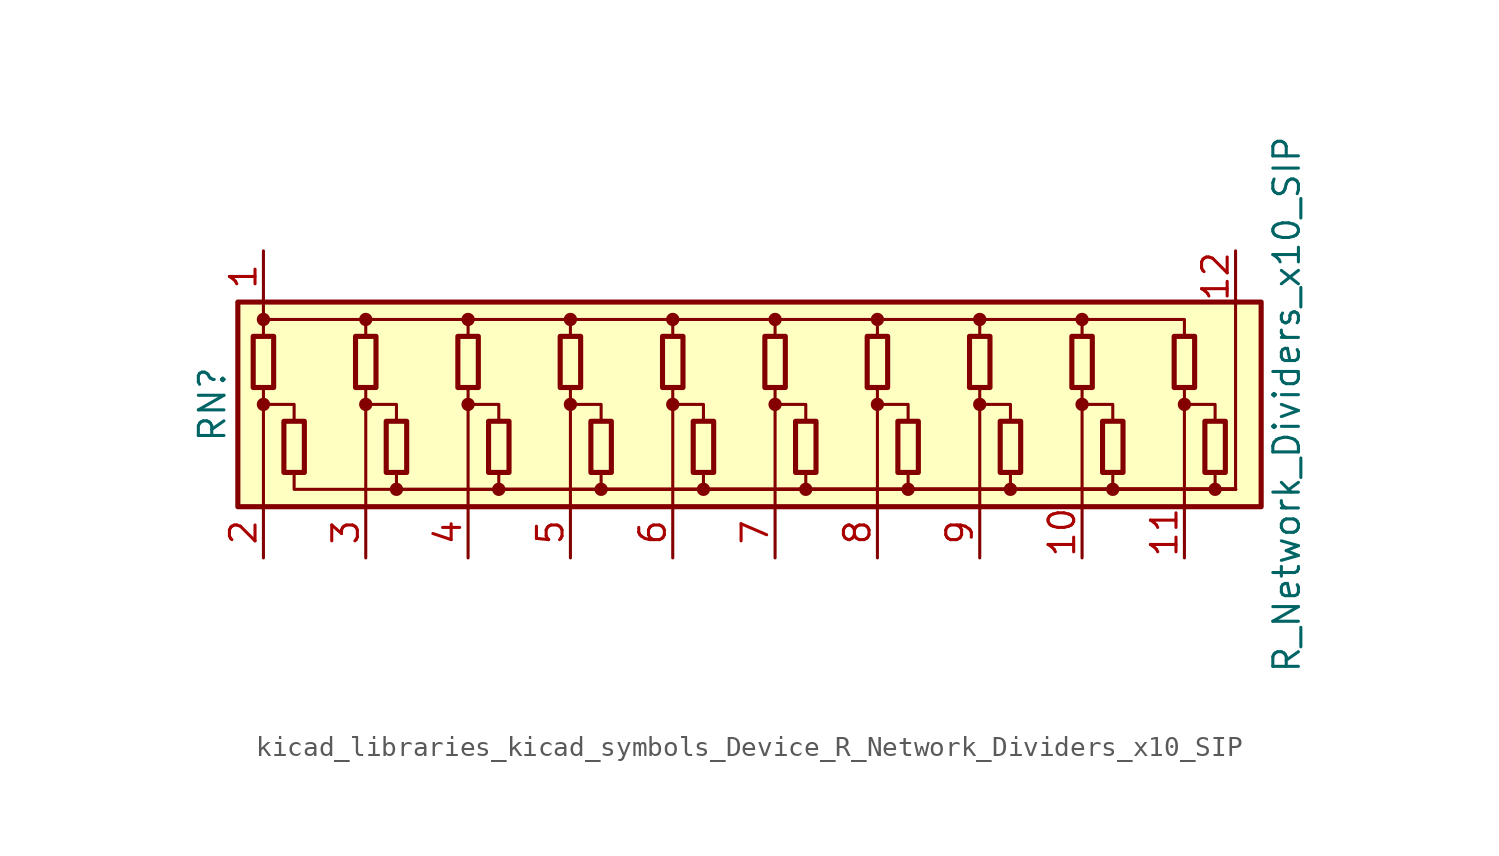
<source format=kicad_sym>
(kicad_symbol_lib
  (version 20220914)
  (generator kicad_symbol_editor)
  (symbol "kicad_libraries_kicad_symbols_Device_R_Network_Dividers_x10_SIP"
    (pin_names
      (offset 0) hide)
    (property "Reference" "RN"
      (at -27.94 0 90)
      (effects (font (size 1.27 1.27))))
    (property "Value" "R_Network_Dividers_x10_SIP"
      (at 25.4 0 90)
      (effects (font (size 1.27 1.27))))
    (symbol "kicad_libraries_kicad_symbols_Device_R_Network_Dividers_x10_SIP_0_1"
      (rectangle (start -26.67 -5.08) (end 24.13 5.08) (stroke (width 0.254) (type default)) (fill (type background)))
      (rectangle (start -25.908 3.378) (end -24.892 0.838) (stroke (width 0.254) (type default)) (fill (type none)))
      (circle (center -25.4 0) (radius 0.254) (stroke (width 0) (type default)) (fill (type outline)))
      (circle (center -25.4 4.216) (radius 0.254) (stroke (width 0) (type default)) (fill (type outline)))
      (rectangle (start -24.384 -3.378) (end -23.368 -0.838) (stroke (width 0.254) (type default)) (fill (type none)))
      (rectangle (start -20.828 3.378) (end -19.812 0.838) (stroke (width 0.254) (type default)) (fill (type none)))
      (circle (center -20.32 0) (radius 0.254) (stroke (width 0) (type default)) (fill (type outline)))
      (circle (center -20.32 4.216) (radius 0.254) (stroke (width 0) (type default)) (fill (type outline)))
      (rectangle (start -19.304 -3.378) (end -18.288 -0.838) (stroke (width 0.254) (type default)) (fill (type none)))
      (circle (center -18.796 -4.216) (radius 0.254) (stroke (width 0) (type default)) (fill (type outline)))
      (rectangle (start -15.748 3.378) (end -14.732 0.838) (stroke (width 0.254) (type default)) (fill (type none)))
      (circle (center -15.24 0) (radius 0.254) (stroke (width 0) (type default)) (fill (type outline)))
      (circle (center -15.24 4.216) (radius 0.254) (stroke (width 0) (type default)) (fill (type outline)))
      (rectangle (start -14.224 -3.378) (end -13.208 -0.838) (stroke (width 0.254) (type default)) (fill (type none)))
      (circle (center -13.716 -4.216) (radius 0.254) (stroke (width 0) (type default)) (fill (type outline)))
      (rectangle (start -10.668 3.378) (end -9.652 0.838) (stroke (width 0.254) (type default)) (fill (type none)))
      (circle (center -10.16 0) (radius 0.254) (stroke (width 0) (type default)) (fill (type outline)))
      (circle (center -10.16 4.216) (radius 0.254) (stroke (width 0) (type default)) (fill (type outline)))
      (rectangle (start -9.144 -3.378) (end -8.128 -0.838) (stroke (width 0.254) (type default)) (fill (type none)))
      (circle (center -8.636 -4.216) (radius 0.254) (stroke (width 0) (type default)) (fill (type outline)))
      (rectangle (start -5.588 3.378) (end -4.572 0.838) (stroke (width 0.254) (type default)) (fill (type none)))
      (circle (center -5.08 0) (radius 0.254) (stroke (width 0) (type default)) (fill (type outline)))
      (circle (center -5.08 4.216) (radius 0.254) (stroke (width 0) (type default)) (fill (type outline)))
      (rectangle (start -4.064 -3.378) (end -3.048 -0.838) (stroke (width 0.254) (type default)) (fill (type none)))
      (circle (center -3.556 -4.216) (radius 0.254) (stroke (width 0) (type default)) (fill (type outline)))
      (rectangle (start -0.508 3.378) (end 0.508 0.838) (stroke (width 0.254) (type default)) (fill (type none)))
      (polyline (pts (xy -25.4 -5.08) (xy -25.4 0.838)) (stroke (width 0) (type default)) (fill (type none)))
      (polyline (pts (xy -25.4 5.08) (xy -25.4 3.378)) (stroke (width 0) (type default)) (fill (type none)))
      (polyline (pts (xy -20.32 -5.08) (xy -20.32 0.838)) (stroke (width 0) (type default)) (fill (type none)))
      (polyline (pts (xy -15.24 -5.08) (xy -15.24 0.838)) (stroke (width 0) (type default)) (fill (type none)))
      (polyline (pts (xy -10.16 -5.08) (xy -10.16 0.838)) (stroke (width 0) (type default)) (fill (type none)))
      (polyline (pts (xy -5.08 -5.08) (xy -5.08 0.838)) (stroke (width 0) (type default)) (fill (type none)))
      (polyline (pts (xy 0 -5.08) (xy 0 0.838)) (stroke (width 0) (type default)) (fill (type none)))
      (polyline (pts (xy 5.08 -5.08) (xy 5.08 0.838)) (stroke (width 0) (type default)) (fill (type none)))
      (polyline (pts (xy 10.16 -5.08) (xy 10.16 0.838)) (stroke (width 0) (type default)) (fill (type none)))
      (polyline (pts (xy 15.24 -5.08) (xy 15.24 0.838)) (stroke (width 0) (type default)) (fill (type none)))
      (polyline (pts (xy 20.32 -5.08) (xy 20.32 0.838)) (stroke (width 0) (type default)) (fill (type none)))
      (polyline (pts (xy 22.86 -4.216) (xy 22.86 5.08)) (stroke (width 0) (type default)) (fill (type none)))
      (polyline (pts (xy -25.4 0) (xy -23.876 0) (xy -23.876 -0.838)) (stroke (width 0) (type default)) (fill (type none)))
      (polyline (pts (xy -25.4 4.216) (xy -20.32 4.216) (xy -20.32 3.378)) (stroke (width 0) (type default)) (fill (type none)))
      (polyline (pts (xy -23.876 -3.378) (xy -23.876 -4.216) (xy 22.86 -4.216)) (stroke (width 0) (type default)) (fill (type none)))
      (polyline (pts (xy -20.32 0) (xy -18.796 0) (xy -18.796 -0.838)) (stroke (width 0) (type default)) (fill (type none)))
      (polyline (pts (xy -20.32 4.216) (xy -15.24 4.216) (xy -15.24 3.378)) (stroke (width 0) (type default)) (fill (type none)))
      (polyline (pts (xy -18.796 -3.378) (xy -18.796 -4.216) (xy 22.86 -4.216)) (stroke (width 0) (type default)) (fill (type none)))
      (polyline (pts (xy -15.24 0) (xy -13.716 0) (xy -13.716 -0.838)) (stroke (width 0) (type default)) (fill (type none)))
      (polyline (pts (xy -15.24 4.216) (xy -10.16 4.216) (xy -10.16 3.378)) (stroke (width 0) (type default)) (fill (type none)))
      (polyline (pts (xy -13.716 -3.378) (xy -13.716 -4.216) (xy 22.86 -4.216)) (stroke (width 0) (type default)) (fill (type none)))
      (polyline (pts (xy -10.16 0) (xy -8.636 0) (xy -8.636 -0.838)) (stroke (width 0) (type default)) (fill (type none)))
      (polyline (pts (xy -10.16 4.216) (xy -5.08 4.216) (xy -5.08 3.378)) (stroke (width 0) (type default)) (fill (type none)))
      (polyline (pts (xy -8.636 -3.378) (xy -8.636 -4.216) (xy 22.86 -4.216)) (stroke (width 0) (type default)) (fill (type none)))
      (polyline (pts (xy -5.08 0) (xy -3.556 0) (xy -3.556 -0.838)) (stroke (width 0) (type default)) (fill (type none)))
      (polyline (pts (xy -5.08 4.216) (xy 0 4.216) (xy 0 3.378)) (stroke (width 0) (type default)) (fill (type none)))
      (polyline (pts (xy -3.556 -3.378) (xy -3.556 -4.216) (xy 22.86 -4.216)) (stroke (width 0) (type default)) (fill (type none)))
      (polyline (pts (xy 0 0) (xy 1.524 0) (xy 1.524 -0.838)) (stroke (width 0) (type default)) (fill (type none)))
      (polyline (pts (xy 0 4.216) (xy 5.08 4.216) (xy 5.08 3.378)) (stroke (width 0) (type default)) (fill (type none)))
      (polyline (pts (xy 1.524 -3.378) (xy 1.524 -4.216) (xy 22.86 -4.216)) (stroke (width 0) (type default)) (fill (type none)))
      (polyline (pts (xy 5.08 0) (xy 6.604 0) (xy 6.604 -0.838)) (stroke (width 0) (type default)) (fill (type none)))
      (polyline (pts (xy 5.08 4.216) (xy 10.16 4.216) (xy 10.16 3.378)) (stroke (width 0) (type default)) (fill (type none)))
      (polyline (pts (xy 6.604 -3.378) (xy 6.604 -4.216) (xy 22.86 -4.216)) (stroke (width 0) (type default)) (fill (type none)))
      (polyline (pts (xy 10.16 0) (xy 11.684 0) (xy 11.684 -0.838)) (stroke (width 0) (type default)) (fill (type none)))
      (polyline (pts (xy 10.16 4.216) (xy 15.24 4.216) (xy 15.24 3.378)) (stroke (width 0) (type default)) (fill (type none)))
      (polyline (pts (xy 11.684 -3.378) (xy 11.684 -4.216) (xy 22.86 -4.216)) (stroke (width 0) (type default)) (fill (type none)))
      (polyline (pts (xy 15.24 0) (xy 16.764 0) (xy 16.764 -0.838)) (stroke (width 0) (type default)) (fill (type none)))
      (polyline (pts (xy 15.24 4.216) (xy 20.32 4.216) (xy 20.32 3.378)) (stroke (width 0) (type default)) (fill (type none)))
      (polyline (pts (xy 16.764 -3.378) (xy 16.764 -4.216) (xy 22.86 -4.216)) (stroke (width 0) (type default)) (fill (type none)))
      (polyline (pts (xy 20.32 0) (xy 21.844 0) (xy 21.844 -0.838)) (stroke (width 0) (type default)) (fill (type none)))
      (polyline (pts (xy 21.844 -3.378) (xy 21.844 -4.216) (xy 22.86 -4.216)) (stroke (width 0) (type default)) (fill (type none)))
      (circle (center 0 0) (radius 0.254) (stroke (width 0) (type default)) (fill (type outline)))
      (circle (center 0 4.216) (radius 0.254) (stroke (width 0) (type default)) (fill (type outline)))
      (rectangle (start 1.016 -3.378) (end 2.032 -0.838) (stroke (width 0.254) (type default)) (fill (type none)))
      (circle (center 1.524 -4.216) (radius 0.254) (stroke (width 0) (type default)) (fill (type outline)))
      (rectangle (start 4.572 3.378) (end 5.588 0.838) (stroke (width 0.254) (type default)) (fill (type none)))
      (circle (center 5.08 0) (radius 0.254) (stroke (width 0) (type default)) (fill (type outline)))
      (circle (center 5.08 4.216) (radius 0.254) (stroke (width 0) (type default)) (fill (type outline)))
      (rectangle (start 6.096 -3.378) (end 7.112 -0.838) (stroke (width 0.254) (type default)) (fill (type none)))
      (circle (center 6.604 -4.216) (radius 0.254) (stroke (width 0) (type default)) (fill (type outline)))
      (rectangle (start 9.652 3.378) (end 10.668 0.838) (stroke (width 0.254) (type default)) (fill (type none)))
      (circle (center 10.16 0) (radius 0.254) (stroke (width 0) (type default)) (fill (type outline)))
      (circle (center 10.16 4.216) (radius 0.254) (stroke (width 0) (type default)) (fill (type outline)))
      (rectangle (start 11.176 -3.378) (end 12.192 -0.838) (stroke (width 0.254) (type default)) (fill (type none)))
      (circle (center 11.684 -4.216) (radius 0.254) (stroke (width 0) (type default)) (fill (type outline)))
      (rectangle (start 14.732 3.378) (end 15.748 0.838) (stroke (width 0.254) (type default)) (fill (type none)))
      (circle (center 15.24 0) (radius 0.254) (stroke (width 0) (type default)) (fill (type outline)))
      (circle (center 15.24 4.216) (radius 0.254) (stroke (width 0) (type default)) (fill (type outline)))
      (rectangle (start 16.256 -3.378) (end 17.272 -0.838) (stroke (width 0.254) (type default)) (fill (type none)))
      (circle (center 16.764 -4.216) (radius 0.254) (stroke (width 0) (type default)) (fill (type outline)))
      (rectangle (start 19.812 3.378) (end 20.828 0.838) (stroke (width 0.254) (type default)) (fill (type none)))
      (circle (center 20.32 0) (radius 0.254) (stroke (width 0) (type default)) (fill (type outline)))
      (rectangle (start 21.336 -3.378) (end 22.352 -0.838) (stroke (width 0.254) (type default)) (fill (type none)))
      (circle (center 21.844 -4.216) (radius 0.254) (stroke (width 0) (type default)) (fill (type outline))))
    (symbol "kicad_libraries_kicad_symbols_Device_R_Network_Dividers_x10_SIP_1_1"
      (pin passive line (at -25.4 7.62 270) (length 2.54) (name "COM1" (effects (font (size 1.27 1.27)))) (number "1" (effects (font (size 1.27 1.27)))))
      (pin passive line (at 15.24 -7.62 90) (length 2.54) (name "R9" (effects (font (size 1.27 1.27)))) (number "10" (effects (font (size 1.27 1.27)))))
      (pin passive line (at 20.32 -7.62 90) (length 2.54) (name "R10" (effects (font (size 1.27 1.27)))) (number "11" (effects (font (size 1.27 1.27)))))
      (pin passive line (at 22.86 7.62 270) (length 2.54) (name "COM2" (effects (font (size 1.27 1.27)))) (number "12" (effects (font (size 1.27 1.27)))))
      (pin passive line (at -25.4 -7.62 90) (length 2.54) (name "R1" (effects (font (size 1.27 1.27)))) (number "2" (effects (font (size 1.27 1.27)))))
      (pin passive line (at -20.32 -7.62 90) (length 2.54) (name "R2" (effects (font (size 1.27 1.27)))) (number "3" (effects (font (size 1.27 1.27)))))
      (pin passive line (at -15.24 -7.62 90) (length 2.54) (name "R3" (effects (font (size 1.27 1.27)))) (number "4" (effects (font (size 1.27 1.27)))))
      (pin passive line (at -10.16 -7.62 90) (length 2.54) (name "R4" (effects (font (size 1.27 1.27)))) (number "5" (effects (font (size 1.27 1.27)))))
      (pin passive line (at -5.08 -7.62 90) (length 2.54) (name "R5" (effects (font (size 1.27 1.27)))) (number "6" (effects (font (size 1.27 1.27)))))
      (pin passive line (at 0 -7.62 90) (length 2.54) (name "R6" (effects (font (size 1.27 1.27)))) (number "7" (effects (font (size 1.27 1.27)))))
      (pin passive line (at 5.08 -7.62 90) (length 2.54) (name "R7" (effects (font (size 1.27 1.27)))) (number "8" (effects (font (size 1.27 1.27)))))
      (pin passive line (at 10.16 -7.62 90) (length 2.54) (name "R8" (effects (font (size 1.27 1.27)))) (number "9" (effects (font (size 1.27 1.27))))))))
</source>
